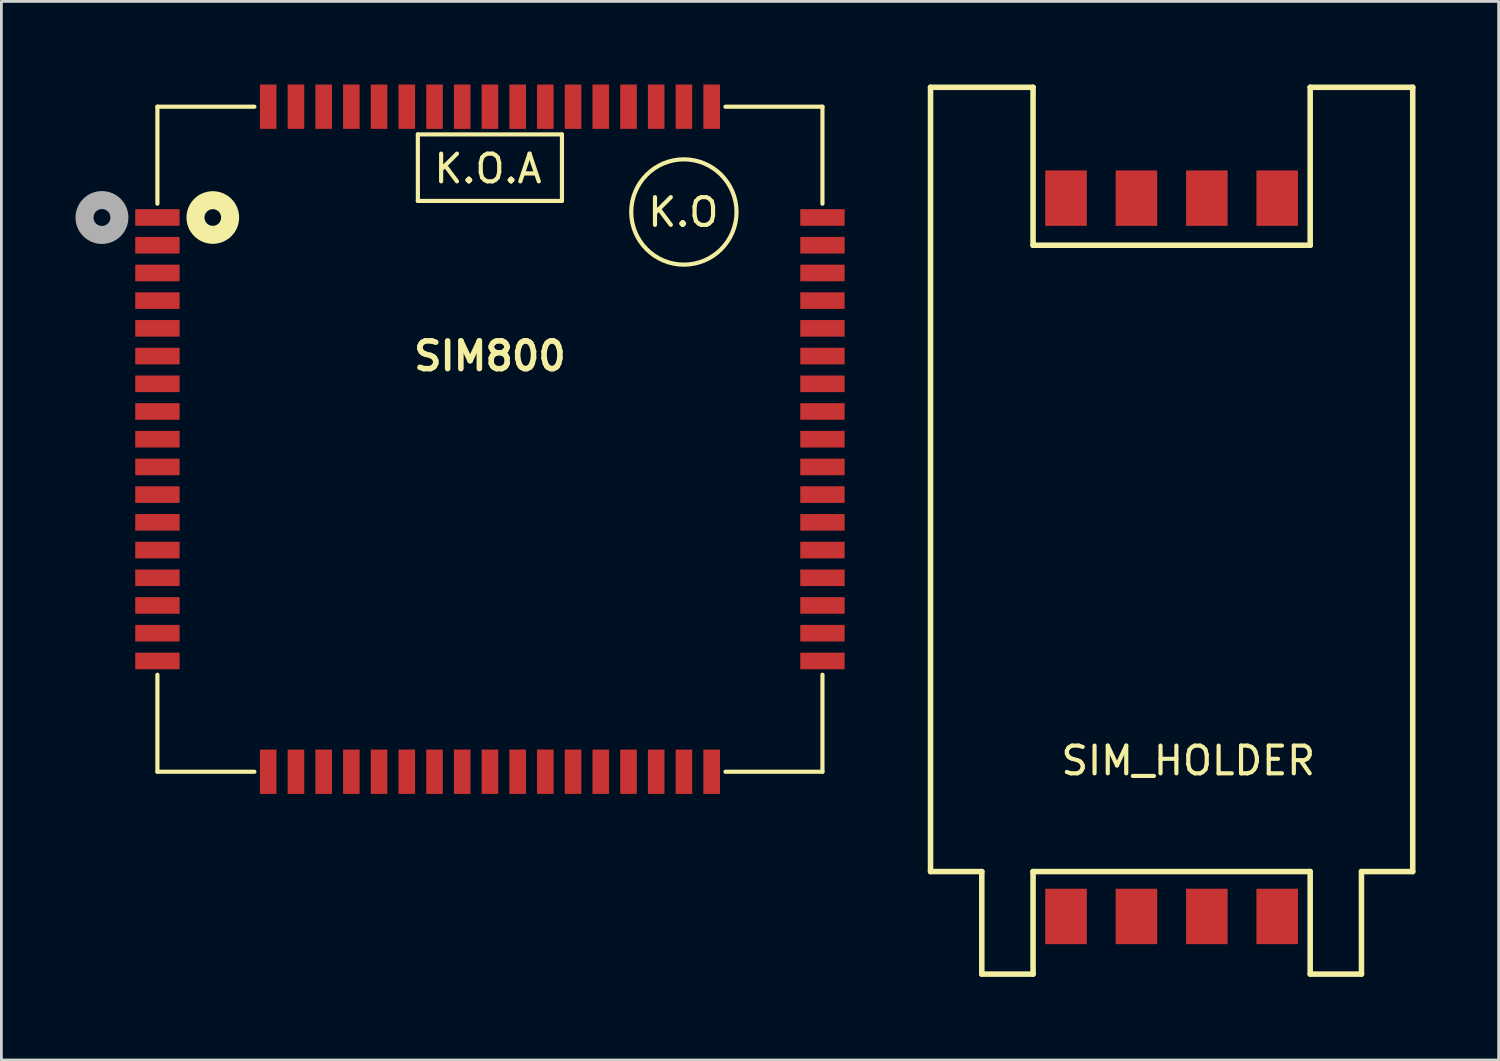
<source format=kicad_pcb>
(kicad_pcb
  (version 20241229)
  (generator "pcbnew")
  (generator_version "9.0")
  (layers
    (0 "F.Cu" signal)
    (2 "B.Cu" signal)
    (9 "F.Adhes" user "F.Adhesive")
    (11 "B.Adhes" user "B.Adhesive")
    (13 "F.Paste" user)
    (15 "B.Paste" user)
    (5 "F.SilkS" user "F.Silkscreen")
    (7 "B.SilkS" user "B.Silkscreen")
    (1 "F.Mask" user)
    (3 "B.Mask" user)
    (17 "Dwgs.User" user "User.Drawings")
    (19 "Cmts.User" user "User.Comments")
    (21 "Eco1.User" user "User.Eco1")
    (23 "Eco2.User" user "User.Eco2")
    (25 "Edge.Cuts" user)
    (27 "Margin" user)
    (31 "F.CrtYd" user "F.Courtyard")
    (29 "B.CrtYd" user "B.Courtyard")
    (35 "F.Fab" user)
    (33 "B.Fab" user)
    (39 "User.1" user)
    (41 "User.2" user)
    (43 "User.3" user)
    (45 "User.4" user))
  (footprint "SIM_HOLDER"
    (layer "F.Cu")
    (at 39.228 30.1)
    (property "Reference" "SIM_HOLDER" (at 0.6 -5.7 0) (layer "F.SilkS") (effects (font (size 1 1) (thickness 0.15))))
    (attr through_hole)
    (fp_line (start -8.7 -30) (end -8.7 -1.7) (stroke (width 0.2) (type solid)) (layer "F.SilkS"))
    (fp_line (start -8.7 -30) (end -5 -30) (stroke (width 0.2) (type solid)) (layer "F.SilkS"))
    (fp_line (start -8.7 -1.7) (end -6.85 -1.7) (stroke (width 0.2) (type solid)) (layer "F.SilkS"))
    (fp_line (start -6.85 2) (end -6.85 -1.7) (stroke (width 0.2) (type solid)) (layer "F.SilkS"))
    (fp_line (start -6.85 2) (end -5 2) (stroke (width 0.2) (type solid)) (layer "F.SilkS"))
    (fp_line (start -5 -30) (end -5 -24.3) (stroke (width 0.2) (type solid)) (layer "F.SilkS"))
    (fp_line (start -5 -24.3) (end 5 -24.3) (stroke (width 0.2) (type solid)) (layer "F.SilkS"))
    (fp_line (start -5 -1.7) (end 5 -1.7) (stroke (width 0.2) (type solid)) (layer "F.SilkS"))
    (fp_line (start -5 2) (end -5 -1.7) (stroke (width 0.2) (type solid)) (layer "F.SilkS"))
    (fp_line (start 5 -30) (end 5 -24.3) (stroke (width 0.2) (type solid)) (layer "F.SilkS"))
    (fp_line (start 5 -30) (end 8.7 -30) (stroke (width 0.2) (type solid)) (layer "F.SilkS"))
    (fp_line (start 5 -1.7) (end 5 2) (stroke (width 0.2) (type solid)) (layer "F.SilkS"))
    (fp_line (start 5 2) (end 6.85 2) (stroke (width 0.2) (type solid)) (layer "F.SilkS"))
    (fp_line (start 6.85 -1.7) (end 6.85 2) (stroke (width 0.2) (type solid)) (layer "F.SilkS"))
    (fp_line (start 6.85 -1.7) (end 8.7 -1.7) (stroke (width 0.2) (type solid)) (layer "F.SilkS"))
    (fp_line (start 8.7 -1.7) (end 8.7 -30) (stroke (width 0.2) (type solid)) (layer "F.SilkS"))
    (pad "1" smd rect (at 3.81 -0.08) (size 1.5 2) (layers "F.Cu" "F.Mask" "F.Paste"))
    (pad "2" smd rect (at 1.27 -0.08) (size 1.5 2) (layers "F.Cu" "F.Mask" "F.Paste"))
    (pad "3" smd rect (at -1.27 -0.08) (size 1.5 2) (layers "F.Cu" "F.Mask" "F.Paste"))
    (pad "4" smd rect (at -3.81 -0.08) (size 1.5 2) (layers "F.Cu" "F.Mask" "F.Paste"))
    (pad "5" smd rect (at 3.81 -26) (size 1.5 2) (layers "F.Cu" "F.Mask" "F.Paste"))
    (pad "6" smd rect (at 1.27 -26) (size 1.5 2) (layers "F.Cu" "F.Mask" "F.Paste"))
    (pad "7" smd rect (at -1.27 -26) (size 1.5 2) (layers "F.Cu" "F.Mask" "F.Paste"))
    (pad "8" smd rect (at -3.81 -26) (size 1.5 2) (layers "F.Cu" "F.Mask" "F.Paste")))
  (footprint "SIM800"
    (layer "F.Cu")
    (at 14.629 12.799)
    (property "Reference" "SIM800" (at 0 -3 0) (layer "F.SilkS") (effects (font (size 1.001 1.001) (thickness 0.201))))
    (attr through_hole)
    (fp_line (start -11.999 -11.999) (end -11.999 -8.499) (stroke (width 0.15) (type solid)) (layer "F.SilkS"))
    (fp_line (start -11.999 8.499) (end -11.999 11.999) (stroke (width 0.15) (type solid)) (layer "F.SilkS"))
    (fp_line (start -11.999 11.999) (end -8.499 11.999) (stroke (width 0.15) (type solid)) (layer "F.SilkS"))
    (fp_line (start -8.499 -11.999) (end -11.999 -11.999) (stroke (width 0.15) (type solid)) (layer "F.SilkS"))
    (fp_line (start -2.601 -10.999) (end 2.599 -10.999) (stroke (width 0.15) (type solid)) (layer "F.SilkS"))
    (fp_line (start -2.6 -8.599) (end -2.601 -10.999) (stroke (width 0.15) (type solid)) (layer "F.SilkS"))
    (fp_line (start 2.599 -10.999) (end 2.599 -8.599) (stroke (width 0.15) (type solid)) (layer "F.SilkS"))
    (fp_line (start 2.599 -8.599) (end -2.601 -8.599) (stroke (width 0.15) (type solid)) (layer "F.SilkS"))
    (fp_line (start 8.499 -11.999) (end 11.999 -11.999) (stroke (width 0.15) (type solid)) (layer "F.SilkS"))
    (fp_line (start 8.499 11.999) (end 11.999 11.999) (stroke (width 0.15) (type solid)) (layer "F.SilkS"))
    (fp_line (start 11.999 -11.999) (end 11.999 -8.499) (stroke (width 0.15) (type solid)) (layer "F.SilkS"))
    (fp_line (start 11.999 8.499) (end 11.999 11.999) (stroke (width 0.15) (type solid)) (layer "F.SilkS"))
    (fp_circle (center -10 -8) (end -10 -7.7) (stroke (width 0.65) (type solid)) (fill no) (layer "F.SilkS"))
    (fp_circle (center 6.999 -8.199) (end 6.999 -6.299) (stroke (width 0.15) (type solid)) (fill no) (layer "F.SilkS"))
    (fp_circle (center -14 -8) (end -14.05 -7.7) (stroke (width 0.65) (type solid)) (fill no) (layer "F.Fab"))
    (fp_text user "K.O" (at 6.98 -8.19 0) (layer "F.SilkS") (effects (font (size 1 1) (thickness 0.15))))
    (fp_text user "K.O.A" (at -0.07 -9.76 0) (layer "F.SilkS") (effects (font (size 1 1) (thickness 0.15))))
    (pad "1" smd rect (at -11.999 -8.001) (size 1.6 0.599) (layers "F.Cu" "F.Mask" "F.Paste"))
    (pad "2" smd rect (at -11.999 -7) (size 1.6 0.599) (layers "F.Cu" "F.Mask" "F.Paste"))
    (pad "3" smd rect (at -11.999 -5.999) (size 1.6 0.599) (layers "F.Cu" "F.Mask" "F.Paste"))
    (pad "4" smd rect (at -11.999 -5.001) (size 1.6 0.599) (layers "F.Cu" "F.Mask" "F.Paste"))
    (pad "5" smd rect (at -11.999 -4) (size 1.6 0.599) (layers "F.Cu" "F.Mask" "F.Paste"))
    (pad "6" smd rect (at -11.999 -3) (size 1.6 0.599) (layers "F.Cu" "F.Mask" "F.Paste"))
    (pad "7" smd rect (at -11.999 -1.999) (size 1.6 0.599) (layers "F.Cu" "F.Mask" "F.Paste"))
    (pad "8" smd rect (at -11.999 -1.001) (size 1.6 0.599) (layers "F.Cu" "F.Mask" "F.Paste"))
    (pad "9" smd rect (at -11.999 0) (size 1.6 0.599) (layers "F.Cu" "F.Mask" "F.Paste"))
    (pad "10" smd rect (at -11.999 1.001) (size 1.6 0.599) (layers "F.Cu" "F.Mask" "F.Paste"))
    (pad "11" smd rect (at -11.999 1.999) (size 1.6 0.599) (layers "F.Cu" "F.Mask" "F.Paste"))
    (pad "12" smd rect (at -11.999 3) (size 1.6 0.599) (layers "F.Cu" "F.Mask" "F.Paste"))
    (pad "13" smd rect (at -11.999 4) (size 1.6 0.599) (layers "F.Cu" "F.Mask" "F.Paste"))
    (pad "14" smd rect (at -11.999 5.001) (size 1.6 0.599) (layers "F.Cu" "F.Mask" "F.Paste"))
    (pad "15" smd rect (at -11.999 5.999) (size 1.6 0.599) (layers "F.Cu" "F.Mask" "F.Paste"))
    (pad "16" smd rect (at -11.999 7) (size 1.6 0.599) (layers "F.Cu" "F.Mask" "F.Paste"))
    (pad "17" smd rect (at -11.999 8.001) (size 1.6 0.599) (layers "F.Cu" "F.Mask" "F.Paste"))
    (pad "18" smd rect (at -8.001 11.999) (size 0.599 1.6) (layers "F.Cu" "F.Mask" "F.Paste"))
    (pad "19" smd rect (at -7 11.999) (size 0.599 1.6) (layers "F.Cu" "F.Mask" "F.Paste"))
    (pad "20" smd rect (at -5.999 11.999) (size 0.599 1.6) (layers "F.Cu" "F.Mask" "F.Paste"))
    (pad "21" smd rect (at -5.001 11.999) (size 0.599 1.6) (layers "F.Cu" "F.Mask" "F.Paste"))
    (pad "22" smd rect (at -4 11.999) (size 0.599 1.6) (layers "F.Cu" "F.Mask" "F.Paste"))
    (pad "23" smd rect (at -3 11.999) (size 0.599 1.6) (layers "F.Cu" "F.Mask" "F.Paste"))
    (pad "24" smd rect (at -1.999 11.999) (size 0.599 1.6) (layers "F.Cu" "F.Mask" "F.Paste"))
    (pad "25" smd rect (at -1.001 11.999) (size 0.599 1.6) (layers "F.Cu" "F.Mask" "F.Paste"))
    (pad "26" smd rect (at 0 11.999) (size 0.599 1.6) (layers "F.Cu" "F.Mask" "F.Paste"))
    (pad "27" smd rect (at 1.001 11.999) (size 0.599 1.6) (layers "F.Cu" "F.Mask" "F.Paste"))
    (pad "28" smd rect (at 1.999 11.999) (size 0.599 1.6) (layers "F.Cu" "F.Mask" "F.Paste"))
    (pad "29" smd rect (at 3 11.999) (size 0.599 1.6) (layers "F.Cu" "F.Mask" "F.Paste"))
    (pad "30" smd rect (at 4 11.999) (size 0.599 1.6) (layers "F.Cu" "F.Mask" "F.Paste"))
    (pad "31" smd rect (at 5.001 11.999) (size 0.599 1.6) (layers "F.Cu" "F.Mask" "F.Paste"))
    (pad "32" smd rect (at 5.999 11.999) (size 0.599 1.6) (layers "F.Cu" "F.Mask" "F.Paste"))
    (pad "33" smd rect (at 7 11.999) (size 0.599 1.6) (layers "F.Cu" "F.Mask" "F.Paste"))
    (pad "34" smd rect (at 8.001 11.999) (size 0.599 1.6) (layers "F.Cu" "F.Mask" "F.Paste"))
    (pad "35" smd rect (at 11.999 8.001) (size 1.6 0.599) (layers "F.Cu" "F.Mask" "F.Paste"))
    (pad "36" smd rect (at 11.999 7) (size 1.6 0.599) (layers "F.Cu" "F.Mask" "F.Paste"))
    (pad "37" smd rect (at 11.999 5.999) (size 1.6 0.599) (layers "F.Cu" "F.Mask" "F.Paste"))
    (pad "38" smd rect (at 11.999 5.001) (size 1.6 0.599) (layers "F.Cu" "F.Mask" "F.Paste"))
    (pad "39" smd rect (at 11.999 4) (size 1.6 0.599) (layers "F.Cu" "F.Mask" "F.Paste"))
    (pad "40" smd rect (at 11.999 3) (size 1.6 0.599) (layers "F.Cu" "F.Mask" "F.Paste"))
    (pad "41" smd rect (at 11.999 1.999) (size 1.6 0.599) (layers "F.Cu" "F.Mask" "F.Paste"))
    (pad "42" smd rect (at 11.999 1.001) (size 1.6 0.599) (layers "F.Cu" "F.Mask" "F.Paste"))
    (pad "43" smd rect (at 11.999 0) (size 1.6 0.599) (layers "F.Cu" "F.Mask" "F.Paste"))
    (pad "44" smd rect (at 11.999 -1.001) (size 1.6 0.599) (layers "F.Cu" "F.Mask" "F.Paste"))
    (pad "45" smd rect (at 11.999 -1.999) (size 1.6 0.599) (layers "F.Cu" "F.Mask" "F.Paste"))
    (pad "46" smd rect (at 11.999 -3) (size 1.6 0.599) (layers "F.Cu" "F.Mask" "F.Paste"))
    (pad "47" smd rect (at 11.999 -4) (size 1.6 0.599) (layers "F.Cu" "F.Mask" "F.Paste"))
    (pad "48" smd rect (at 11.999 -5.001) (size 1.6 0.599) (layers "F.Cu" "F.Mask" "F.Paste"))
    (pad "49" smd rect (at 11.999 -5.999) (size 1.6 0.599) (layers "F.Cu" "F.Mask" "F.Paste"))
    (pad "50" smd rect (at 11.999 -7) (size 1.6 0.599) (layers "F.Cu" "F.Mask" "F.Paste"))
    (pad "51" smd rect (at 11.999 -8.001) (size 1.6 0.599) (layers "F.Cu" "F.Mask" "F.Paste"))
    (pad "52" smd rect (at 8.001 -11.999) (size 0.599 1.6) (layers "F.Cu" "F.Mask" "F.Paste"))
    (pad "53" smd rect (at 7 -11.999) (size 0.599 1.6) (layers "F.Cu" "F.Mask" "F.Paste"))
    (pad "54" smd rect (at 5.999 -11.999) (size 0.599 1.6) (layers "F.Cu" "F.Mask" "F.Paste"))
    (pad "55" smd rect (at 5.001 -11.999) (size 0.599 1.6) (layers "F.Cu" "F.Mask" "F.Paste"))
    (pad "56" smd rect (at 4 -11.999) (size 0.599 1.6) (layers "F.Cu" "F.Mask" "F.Paste"))
    (pad "57" smd rect (at 3 -11.999) (size 0.599 1.6) (layers "F.Cu" "F.Mask" "F.Paste"))
    (pad "58" smd rect (at 1.999 -11.999) (size 0.599 1.6) (layers "F.Cu" "F.Mask" "F.Paste"))
    (pad "59" smd rect (at 1.001 -11.999) (size 0.599 1.6) (layers "F.Cu" "F.Mask" "F.Paste"))
    (pad "60" smd rect (at 0 -11.999) (size 0.599 1.6) (layers "F.Cu" "F.Mask" "F.Paste"))
    (pad "61" smd rect (at -1.001 -11.999) (size 0.599 1.6) (layers "F.Cu" "F.Mask" "F.Paste"))
    (pad "62" smd rect (at -1.999 -11.999) (size 0.599 1.6) (layers "F.Cu" "F.Mask" "F.Paste"))
    (pad "63" smd rect (at -3 -11.999) (size 0.599 1.6) (layers "F.Cu" "F.Mask" "F.Paste"))
    (pad "64" smd rect (at -4 -11.999) (size 0.599 1.6) (layers "F.Cu" "F.Mask" "F.Paste"))
    (pad "65" smd rect (at -5.001 -11.999) (size 0.599 1.6) (layers "F.Cu" "F.Mask" "F.Paste"))
    (pad "66" smd rect (at -5.999 -11.999) (size 0.599 1.6) (layers "F.Cu" "F.Mask" "F.Paste"))
    (pad "67" smd rect (at -7 -11.999) (size 0.599 1.6) (layers "F.Cu" "F.Mask" "F.Paste"))
    (pad "68" smd rect (at -8.001 -11.999) (size 0.599 1.6) (layers "F.Cu" "F.Mask" "F.Paste")))
  (gr_rect
    (start -3 -3)
    (end 51.028 35.2)
    (stroke (width 0.1) (type default))
    (fill no)
    (layer "Edge.Cuts")))
</source>
